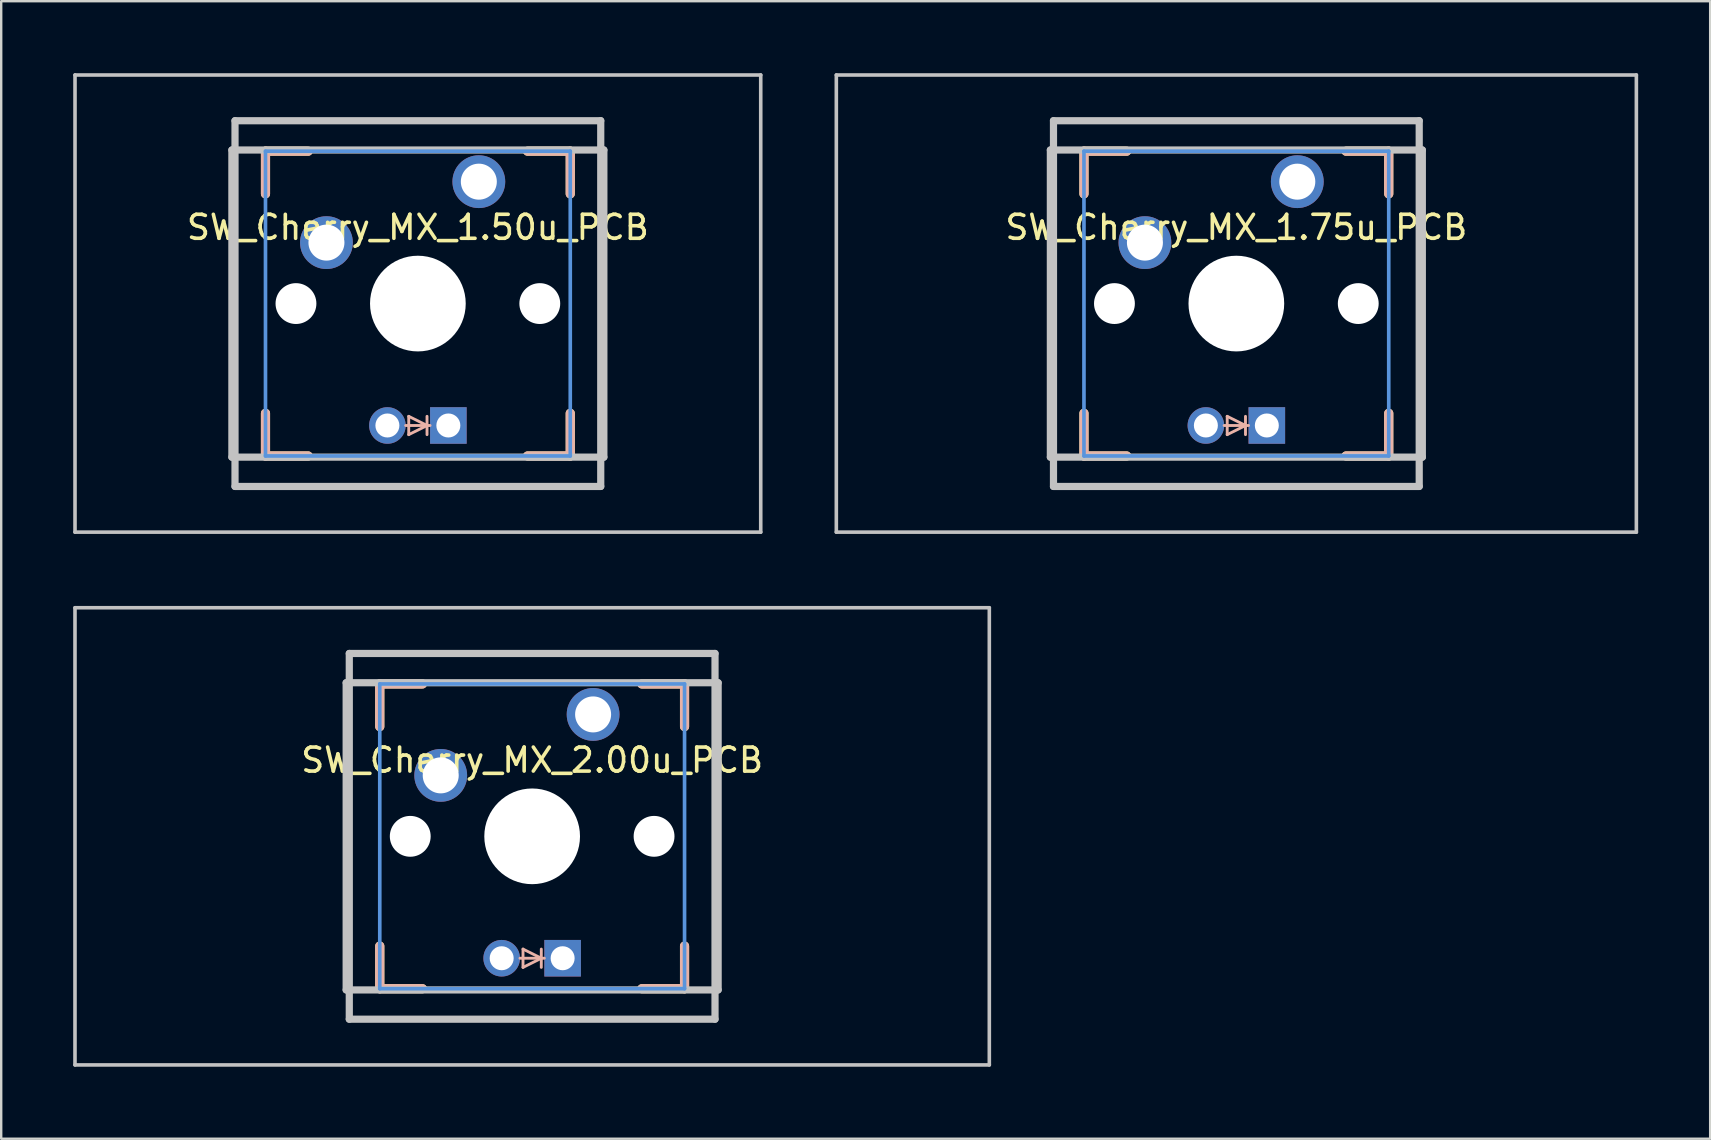
<source format=kicad_pcb>
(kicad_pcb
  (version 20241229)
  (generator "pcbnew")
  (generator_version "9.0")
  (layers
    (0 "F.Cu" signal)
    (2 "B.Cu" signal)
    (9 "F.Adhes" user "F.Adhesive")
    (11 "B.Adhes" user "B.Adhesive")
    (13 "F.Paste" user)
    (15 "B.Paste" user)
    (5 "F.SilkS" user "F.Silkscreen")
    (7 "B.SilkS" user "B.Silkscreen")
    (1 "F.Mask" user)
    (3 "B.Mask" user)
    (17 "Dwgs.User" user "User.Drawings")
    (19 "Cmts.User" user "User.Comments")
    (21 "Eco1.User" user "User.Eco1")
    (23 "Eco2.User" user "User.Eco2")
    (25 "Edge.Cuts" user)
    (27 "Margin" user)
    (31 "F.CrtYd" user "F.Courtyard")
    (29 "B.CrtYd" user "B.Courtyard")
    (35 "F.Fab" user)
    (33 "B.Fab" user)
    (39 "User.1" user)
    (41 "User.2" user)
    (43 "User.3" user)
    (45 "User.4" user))
  (footprint "SW_Cherry_MX_2.00u_PCB"
    (layer "F.Cu")
    (at 19.125 31.8)
    (property "Reference" "SW_Cherry_MX_2.00u_PCB" (at 0 -3.175 0) (layer "F.SilkS") (effects (font (size 1 1) (thickness 0.15))))
    (attr exclude_from_pos_files exclude_from_bom)
    (fp_line (start -6.35 -6.35) (end -4.572 -6.35) (stroke (width 0.381) (type solid)) (layer "F.SilkS"))
    (fp_line (start -6.35 -4.572) (end -6.35 -6.35) (stroke (width 0.381) (type solid)) (layer "F.SilkS"))
    (fp_line (start -6.35 6.35) (end -6.35 4.572) (stroke (width 0.381) (type solid)) (layer "F.SilkS"))
    (fp_line (start -4.572 6.35) (end -6.35 6.35) (stroke (width 0.381) (type solid)) (layer "F.SilkS"))
    (fp_line (start 4.572 -6.35) (end 6.35 -6.35) (stroke (width 0.381) (type solid)) (layer "F.SilkS"))
    (fp_line (start 6.35 -6.35) (end 6.35 -4.572) (stroke (width 0.381) (type solid)) (layer "F.SilkS"))
    (fp_line (start 6.35 4.572) (end 6.35 6.35) (stroke (width 0.381) (type solid)) (layer "F.SilkS"))
    (fp_line (start 6.35 6.35) (end 4.572 6.35) (stroke (width 0.381) (type solid)) (layer "F.SilkS"))
    (fp_line (start -6.35 -6.35) (end -6.35 -4.572) (stroke (width 0.381) (type solid)) (layer "B.SilkS"))
    (fp_line (start -6.35 4.572) (end -6.35 6.35) (stroke (width 0.381) (type solid)) (layer "B.SilkS"))
    (fp_line (start -6.35 6.35) (end -4.572 6.35) (stroke (width 0.381) (type solid)) (layer "B.SilkS"))
    (fp_line (start -4.572 -6.35) (end -6.35 -6.35) (stroke (width 0.381) (type solid)) (layer "B.SilkS"))
    (fp_line (start -0.381 4.699) (end 0.381 5.08) (stroke (width 0.12) (type solid)) (layer "B.SilkS"))
    (fp_line (start -0.381 5.461) (end -0.381 4.699) (stroke (width 0.12) (type solid)) (layer "B.SilkS"))
    (fp_line (start -0.381 5.461) (end 0.381 5.08) (stroke (width 0.12) (type solid)) (layer "B.SilkS"))
    (fp_line (start 0.381 5.461) (end 0.381 4.699) (stroke (width 0.12) (type solid)) (layer "B.SilkS"))
    (fp_line (start 0.508 5.08) (end -0.508 5.08) (stroke (width 0.12) (type solid)) (layer "B.SilkS"))
    (fp_line (start 4.572 6.35) (end 6.35 6.35) (stroke (width 0.381) (type solid)) (layer "B.SilkS"))
    (fp_line (start 6.35 -6.35) (end 4.572 -6.35) (stroke (width 0.381) (type solid)) (layer "B.SilkS"))
    (fp_line (start 6.35 -4.572) (end 6.35 -6.35) (stroke (width 0.381) (type solid)) (layer "B.SilkS"))
    (fp_line (start 6.35 6.35) (end 6.35 4.572) (stroke (width 0.381) (type solid)) (layer "B.SilkS"))
    (fp_line (start -19.05 -9.525) (end 19.05 -9.525) (stroke (width 0.15) (type solid)) (layer "Dwgs.User"))
    (fp_line (start -19.05 9.525) (end -19.05 -9.525) (stroke (width 0.15) (type solid)) (layer "Dwgs.User"))
    (fp_line (start -7.75 6.4) (end -7.75 -6.4) (stroke (width 0.3) (type solid)) (layer "Dwgs.User"))
    (fp_line (start -7.75 6.4) (end 7.75 6.4) (stroke (width 0.3) (type solid)) (layer "Dwgs.User"))
    (fp_line (start -7.62 -7.62) (end 7.62 -7.62) (stroke (width 0.3) (type solid)) (layer "Dwgs.User"))
    (fp_line (start -7.62 7.62) (end -7.62 -7.62) (stroke (width 0.3) (type solid)) (layer "Dwgs.User"))
    (fp_line (start 7.62 -7.62) (end 7.62 7.62) (stroke (width 0.3) (type solid)) (layer "Dwgs.User"))
    (fp_line (start 7.62 7.62) (end -7.62 7.62) (stroke (width 0.3) (type solid)) (layer "Dwgs.User"))
    (fp_line (start 7.75 -6.4) (end -7.75 -6.4) (stroke (width 0.3) (type solid)) (layer "Dwgs.User"))
    (fp_line (start 7.75 6.4) (end 7.75 -6.4) (stroke (width 0.3) (type solid)) (layer "Dwgs.User"))
    (fp_line (start 19.05 -9.525) (end 19.05 9.525) (stroke (width 0.15) (type solid)) (layer "Dwgs.User"))
    (fp_line (start 19.05 9.525) (end -19.05 9.525) (stroke (width 0.15) (type solid)) (layer "Dwgs.User"))
    (fp_line (start -6.35 -6.35) (end 6.35 -6.35) (stroke (width 0.152) (type solid)) (layer "Cmts.User"))
    (fp_line (start -6.35 6.35) (end -6.35 -6.35) (stroke (width 0.152) (type solid)) (layer "Cmts.User"))
    (fp_line (start 6.35 -6.35) (end 6.35 6.35) (stroke (width 0.152) (type solid)) (layer "Cmts.User"))
    (fp_line (start 6.35 6.35) (end -6.35 6.35) (stroke (width 0.152) (type solid)) (layer "Cmts.User"))
    (fp_line (start -6.985 -6.985) (end 6.985 -6.985) (stroke (width 0.152) (type solid)) (layer "Eco2.User"))
    (fp_line (start -6.985 6.985) (end -6.985 -6.985) (stroke (width 0.152) (type solid)) (layer "Eco2.User"))
    (fp_line (start 6.985 -6.985) (end 6.985 6.985) (stroke (width 0.152) (type solid)) (layer "Eco2.User"))
    (fp_line (start 6.985 6.985) (end -6.985 6.985) (stroke (width 0.152) (type solid)) (layer "Eco2.User"))
    (pad "" np_thru_hole circle (at -5.08 0) (size 1.702 1.702) (drill 1.702) (layers "*.Cu" "*.Mask"))
    (pad "" np_thru_hole circle (at 0 0) (size 3.988 3.988) (drill 3.988) (layers "*.Cu" "*.Mask"))
    (pad "" np_thru_hole circle (at 5.08 0) (size 1.702 1.702) (drill 1.702) (layers "*.Cu" "*.Mask"))
    (pad "1" thru_hole circle (at -3.81 -2.54) (size 2.2 2.2) (drill 1.5) (layers "*.Cu" "*.Mask"))
    (pad "2" thru_hole circle (at 2.54 -5.08) (size 2.2 2.2) (drill 1.5) (layers "*.Cu" "*.Mask"))
    (pad "3" thru_hole rect (at 1.27 5.08 180) (size 1.524 1.524) (drill 1) (layers "*.Cu" "*.Mask"))
    (pad "4" thru_hole circle (at -1.27 5.08 180) (size 1.524 1.524) (drill 1) (layers "*.Cu" "*.Mask")))
  (footprint "SW_Cherry_MX_1.50u_PCB"
    (layer "F.Cu")
    (at 14.363 9.6)
    (property "Reference" "SW_Cherry_MX_1.50u_PCB" (at 0 -3.175 0) (layer "F.SilkS") (effects (font (size 1 1) (thickness 0.15))))
    (attr exclude_from_pos_files exclude_from_bom)
    (fp_line (start -6.35 -6.35) (end -4.572 -6.35) (stroke (width 0.381) (type solid)) (layer "F.SilkS"))
    (fp_line (start -6.35 -4.572) (end -6.35 -6.35) (stroke (width 0.381) (type solid)) (layer "F.SilkS"))
    (fp_line (start -6.35 6.35) (end -6.35 4.572) (stroke (width 0.381) (type solid)) (layer "F.SilkS"))
    (fp_line (start -4.572 6.35) (end -6.35 6.35) (stroke (width 0.381) (type solid)) (layer "F.SilkS"))
    (fp_line (start 4.572 -6.35) (end 6.35 -6.35) (stroke (width 0.381) (type solid)) (layer "F.SilkS"))
    (fp_line (start 6.35 -6.35) (end 6.35 -4.572) (stroke (width 0.381) (type solid)) (layer "F.SilkS"))
    (fp_line (start 6.35 4.572) (end 6.35 6.35) (stroke (width 0.381) (type solid)) (layer "F.SilkS"))
    (fp_line (start 6.35 6.35) (end 4.572 6.35) (stroke (width 0.381) (type solid)) (layer "F.SilkS"))
    (fp_line (start -6.35 -6.35) (end -6.35 -4.572) (stroke (width 0.381) (type solid)) (layer "B.SilkS"))
    (fp_line (start -6.35 4.572) (end -6.35 6.35) (stroke (width 0.381) (type solid)) (layer "B.SilkS"))
    (fp_line (start -6.35 6.35) (end -4.572 6.35) (stroke (width 0.381) (type solid)) (layer "B.SilkS"))
    (fp_line (start -4.572 -6.35) (end -6.35 -6.35) (stroke (width 0.381) (type solid)) (layer "B.SilkS"))
    (fp_line (start -0.381 4.699) (end 0.381 5.08) (stroke (width 0.12) (type solid)) (layer "B.SilkS"))
    (fp_line (start -0.381 5.461) (end -0.381 4.699) (stroke (width 0.12) (type solid)) (layer "B.SilkS"))
    (fp_line (start -0.381 5.461) (end 0.381 5.08) (stroke (width 0.12) (type solid)) (layer "B.SilkS"))
    (fp_line (start 0.381 5.461) (end 0.381 4.699) (stroke (width 0.12) (type solid)) (layer "B.SilkS"))
    (fp_line (start 0.508 5.08) (end -0.508 5.08) (stroke (width 0.12) (type solid)) (layer "B.SilkS"))
    (fp_line (start 4.572 6.35) (end 6.35 6.35) (stroke (width 0.381) (type solid)) (layer "B.SilkS"))
    (fp_line (start 6.35 -6.35) (end 4.572 -6.35) (stroke (width 0.381) (type solid)) (layer "B.SilkS"))
    (fp_line (start 6.35 -4.572) (end 6.35 -6.35) (stroke (width 0.381) (type solid)) (layer "B.SilkS"))
    (fp_line (start 6.35 6.35) (end 6.35 4.572) (stroke (width 0.381) (type solid)) (layer "B.SilkS"))
    (fp_line (start -14.287 -9.525) (end 14.287 -9.525) (stroke (width 0.15) (type solid)) (layer "Dwgs.User"))
    (fp_line (start -14.287 9.525) (end -14.287 -9.525) (stroke (width 0.15) (type solid)) (layer "Dwgs.User"))
    (fp_line (start -7.75 6.4) (end -7.75 -6.4) (stroke (width 0.3) (type solid)) (layer "Dwgs.User"))
    (fp_line (start -7.75 6.4) (end 7.75 6.4) (stroke (width 0.3) (type solid)) (layer "Dwgs.User"))
    (fp_line (start -7.62 -7.62) (end 7.62 -7.62) (stroke (width 0.3) (type solid)) (layer "Dwgs.User"))
    (fp_line (start -7.62 7.62) (end -7.62 -7.62) (stroke (width 0.3) (type solid)) (layer "Dwgs.User"))
    (fp_line (start 7.62 -7.62) (end 7.62 7.62) (stroke (width 0.3) (type solid)) (layer "Dwgs.User"))
    (fp_line (start 7.62 7.62) (end -7.62 7.62) (stroke (width 0.3) (type solid)) (layer "Dwgs.User"))
    (fp_line (start 7.75 -6.4) (end -7.75 -6.4) (stroke (width 0.3) (type solid)) (layer "Dwgs.User"))
    (fp_line (start 7.75 6.4) (end 7.75 -6.4) (stroke (width 0.3) (type solid)) (layer "Dwgs.User"))
    (fp_line (start 14.287 -9.525) (end 14.287 9.525) (stroke (width 0.15) (type solid)) (layer "Dwgs.User"))
    (fp_line (start 14.287 9.525) (end -14.287 9.525) (stroke (width 0.15) (type solid)) (layer "Dwgs.User"))
    (fp_line (start -6.35 -6.35) (end 6.35 -6.35) (stroke (width 0.152) (type solid)) (layer "Cmts.User"))
    (fp_line (start -6.35 6.35) (end -6.35 -6.35) (stroke (width 0.152) (type solid)) (layer "Cmts.User"))
    (fp_line (start 6.35 -6.35) (end 6.35 6.35) (stroke (width 0.152) (type solid)) (layer "Cmts.User"))
    (fp_line (start 6.35 6.35) (end -6.35 6.35) (stroke (width 0.152) (type solid)) (layer "Cmts.User"))
    (fp_line (start -6.985 -6.985) (end 6.985 -6.985) (stroke (width 0.152) (type solid)) (layer "Eco2.User"))
    (fp_line (start -6.985 6.985) (end -6.985 -6.985) (stroke (width 0.152) (type solid)) (layer "Eco2.User"))
    (fp_line (start 6.985 -6.985) (end 6.985 6.985) (stroke (width 0.152) (type solid)) (layer "Eco2.User"))
    (fp_line (start 6.985 6.985) (end -6.985 6.985) (stroke (width 0.152) (type solid)) (layer "Eco2.User"))
    (pad "" np_thru_hole circle (at -5.08 0) (size 1.702 1.702) (drill 1.702) (layers "*.Cu" "*.Mask"))
    (pad "" np_thru_hole circle (at 0 0) (size 3.988 3.988) (drill 3.988) (layers "*.Cu" "*.Mask"))
    (pad "" np_thru_hole circle (at 5.08 0) (size 1.702 1.702) (drill 1.702) (layers "*.Cu" "*.Mask"))
    (pad "1" thru_hole circle (at -3.81 -2.54) (size 2.2 2.2) (drill 1.5) (layers "*.Cu" "*.Mask"))
    (pad "2" thru_hole circle (at 2.54 -5.08) (size 2.2 2.2) (drill 1.5) (layers "*.Cu" "*.Mask"))
    (pad "3" thru_hole rect (at 1.27 5.08 180) (size 1.524 1.524) (drill 1) (layers "*.Cu" "*.Mask"))
    (pad "4" thru_hole circle (at -1.27 5.08 180) (size 1.524 1.524) (drill 1) (layers "*.Cu" "*.Mask")))
  (footprint "SW_Cherry_MX_1.75u_PCB"
    (layer "F.Cu")
    (at 48.469 9.6)
    (property "Reference" "SW_Cherry_MX_1.75u_PCB" (at 0 -3.175 0) (layer "F.SilkS") (effects (font (size 1 1) (thickness 0.15))))
    (attr exclude_from_pos_files exclude_from_bom)
    (fp_line (start -6.35 -6.35) (end -4.572 -6.35) (stroke (width 0.381) (type solid)) (layer "F.SilkS"))
    (fp_line (start -6.35 -4.572) (end -6.35 -6.35) (stroke (width 0.381) (type solid)) (layer "F.SilkS"))
    (fp_line (start -6.35 6.35) (end -6.35 4.572) (stroke (width 0.381) (type solid)) (layer "F.SilkS"))
    (fp_line (start -4.572 6.35) (end -6.35 6.35) (stroke (width 0.381) (type solid)) (layer "F.SilkS"))
    (fp_line (start 4.572 -6.35) (end 6.35 -6.35) (stroke (width 0.381) (type solid)) (layer "F.SilkS"))
    (fp_line (start 6.35 -6.35) (end 6.35 -4.572) (stroke (width 0.381) (type solid)) (layer "F.SilkS"))
    (fp_line (start 6.35 4.572) (end 6.35 6.35) (stroke (width 0.381) (type solid)) (layer "F.SilkS"))
    (fp_line (start 6.35 6.35) (end 4.572 6.35) (stroke (width 0.381) (type solid)) (layer "F.SilkS"))
    (fp_line (start -6.35 -6.35) (end -6.35 -4.572) (stroke (width 0.381) (type solid)) (layer "B.SilkS"))
    (fp_line (start -6.35 4.572) (end -6.35 6.35) (stroke (width 0.381) (type solid)) (layer "B.SilkS"))
    (fp_line (start -6.35 6.35) (end -4.572 6.35) (stroke (width 0.381) (type solid)) (layer "B.SilkS"))
    (fp_line (start -4.572 -6.35) (end -6.35 -6.35) (stroke (width 0.381) (type solid)) (layer "B.SilkS"))
    (fp_line (start -0.381 4.699) (end 0.381 5.08) (stroke (width 0.12) (type solid)) (layer "B.SilkS"))
    (fp_line (start -0.381 5.461) (end -0.381 4.699) (stroke (width 0.12) (type solid)) (layer "B.SilkS"))
    (fp_line (start -0.381 5.461) (end 0.381 5.08) (stroke (width 0.12) (type solid)) (layer "B.SilkS"))
    (fp_line (start 0.381 5.461) (end 0.381 4.699) (stroke (width 0.12) (type solid)) (layer "B.SilkS"))
    (fp_line (start 0.508 5.08) (end -0.508 5.08) (stroke (width 0.12) (type solid)) (layer "B.SilkS"))
    (fp_line (start 4.572 6.35) (end 6.35 6.35) (stroke (width 0.381) (type solid)) (layer "B.SilkS"))
    (fp_line (start 6.35 -6.35) (end 4.572 -6.35) (stroke (width 0.381) (type solid)) (layer "B.SilkS"))
    (fp_line (start 6.35 -4.572) (end 6.35 -6.35) (stroke (width 0.381) (type solid)) (layer "B.SilkS"))
    (fp_line (start 6.35 6.35) (end 6.35 4.572) (stroke (width 0.381) (type solid)) (layer "B.SilkS"))
    (fp_line (start -16.669 -9.525) (end 16.669 -9.525) (stroke (width 0.15) (type solid)) (layer "Dwgs.User"))
    (fp_line (start -16.669 9.525) (end -16.669 -9.525) (stroke (width 0.15) (type solid)) (layer "Dwgs.User"))
    (fp_line (start -7.75 6.4) (end -7.75 -6.4) (stroke (width 0.3) (type solid)) (layer "Dwgs.User"))
    (fp_line (start -7.75 6.4) (end 7.75 6.4) (stroke (width 0.3) (type solid)) (layer "Dwgs.User"))
    (fp_line (start -7.62 -7.62) (end 7.62 -7.62) (stroke (width 0.3) (type solid)) (layer "Dwgs.User"))
    (fp_line (start -7.62 7.62) (end -7.62 -7.62) (stroke (width 0.3) (type solid)) (layer "Dwgs.User"))
    (fp_line (start 7.62 -7.62) (end 7.62 7.62) (stroke (width 0.3) (type solid)) (layer "Dwgs.User"))
    (fp_line (start 7.62 7.62) (end -7.62 7.62) (stroke (width 0.3) (type solid)) (layer "Dwgs.User"))
    (fp_line (start 7.75 -6.4) (end -7.75 -6.4) (stroke (width 0.3) (type solid)) (layer "Dwgs.User"))
    (fp_line (start 7.75 6.4) (end 7.75 -6.4) (stroke (width 0.3) (type solid)) (layer "Dwgs.User"))
    (fp_line (start 16.669 -9.525) (end 16.669 9.525) (stroke (width 0.15) (type solid)) (layer "Dwgs.User"))
    (fp_line (start 16.669 9.525) (end -16.669 9.525) (stroke (width 0.15) (type solid)) (layer "Dwgs.User"))
    (fp_line (start -6.35 -6.35) (end 6.35 -6.35) (stroke (width 0.152) (type solid)) (layer "Cmts.User"))
    (fp_line (start -6.35 6.35) (end -6.35 -6.35) (stroke (width 0.152) (type solid)) (layer "Cmts.User"))
    (fp_line (start 6.35 -6.35) (end 6.35 6.35) (stroke (width 0.152) (type solid)) (layer "Cmts.User"))
    (fp_line (start 6.35 6.35) (end -6.35 6.35) (stroke (width 0.152) (type solid)) (layer "Cmts.User"))
    (fp_line (start -6.985 -6.985) (end 6.985 -6.985) (stroke (width 0.152) (type solid)) (layer "Eco2.User"))
    (fp_line (start -6.985 6.985) (end -6.985 -6.985) (stroke (width 0.152) (type solid)) (layer "Eco2.User"))
    (fp_line (start 6.985 -6.985) (end 6.985 6.985) (stroke (width 0.152) (type solid)) (layer "Eco2.User"))
    (fp_line (start 6.985 6.985) (end -6.985 6.985) (stroke (width 0.152) (type solid)) (layer "Eco2.User"))
    (pad "" np_thru_hole circle (at -5.08 0) (size 1.702 1.702) (drill 1.702) (layers "*.Cu" "*.Mask"))
    (pad "" np_thru_hole circle (at 0 0) (size 3.988 3.988) (drill 3.988) (layers "*.Cu" "*.Mask"))
    (pad "" np_thru_hole circle (at 5.08 0) (size 1.702 1.702) (drill 1.702) (layers "*.Cu" "*.Mask"))
    (pad "1" thru_hole circle (at -3.81 -2.54) (size 2.2 2.2) (drill 1.5) (layers "*.Cu" "*.Mask"))
    (pad "2" thru_hole circle (at 2.54 -5.08) (size 2.2 2.2) (drill 1.5) (layers "*.Cu" "*.Mask"))
    (pad "3" thru_hole rect (at 1.27 5.08 180) (size 1.524 1.524) (drill 1) (layers "*.Cu" "*.Mask"))
    (pad "4" thru_hole circle (at -1.27 5.08 180) (size 1.524 1.524) (drill 1) (layers "*.Cu" "*.Mask")))
  (gr_rect
    (start -3 -3)
    (end 68.213 44.4)
    (stroke (width 0.1) (type default))
    (fill no)
    (layer "Edge.Cuts")))
</source>
